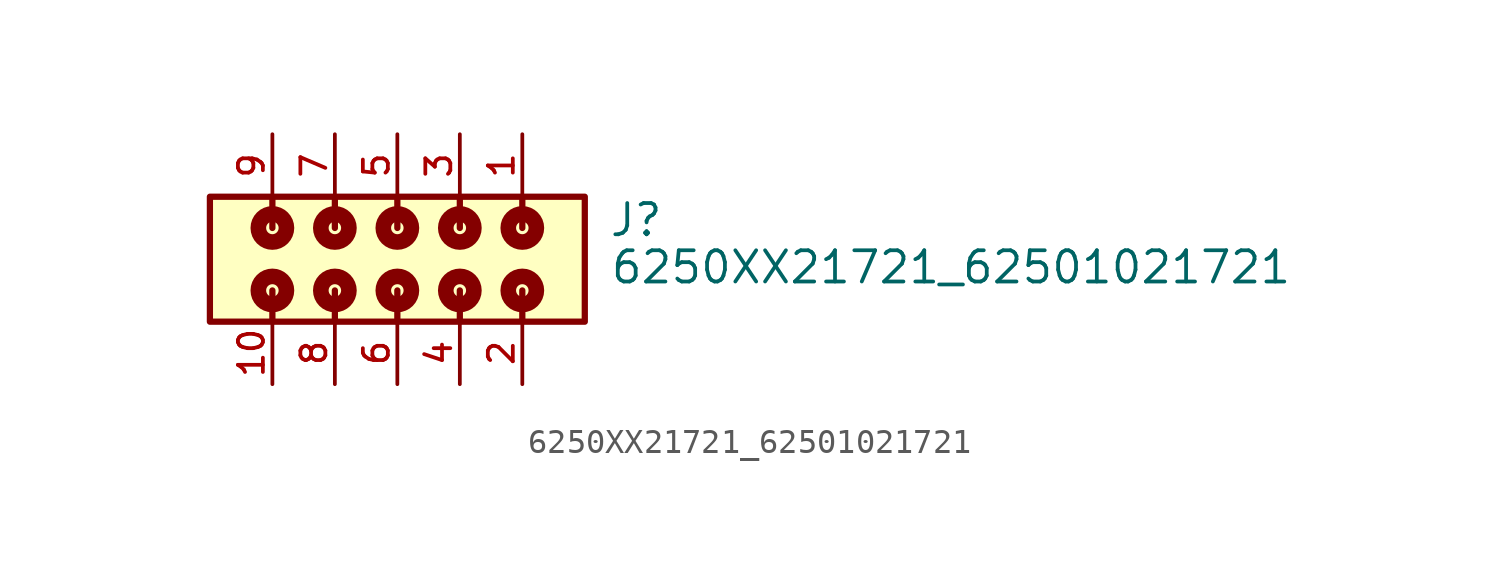
<source format=kicad_sym>
(kicad_symbol_lib
  (version 20211014)
  (generator kicad_symbol_editor)
  (symbol "6250XX21721_62501021721"
    (pin_names
      (offset 1.016))
    (property "Reference" "J"
      (at 8.58 0.85 0)
      (effects (font (size 1.27 1.27)) (justify bottom left)))
    (property "Value" "6250XX21721_62501021721"
      (at 8.62 -1.07 0)
      (effects (font (size 1.27 1.27)) (justify bottom left)))
    (symbol "6250XX21721_62501021721_0_0"
      (polyline (pts (xy 5.08 -1.27) (xy 5.08 -2.54)) (stroke (width 0.254)))
      (polyline (pts (xy 5.08 1.27) (xy 5.08 2.54)) (stroke (width 0.254)))
      (polyline (pts (xy 2.54 -1.27) (xy 2.54 -2.54)) (stroke (width 0.254)))
      (polyline (pts (xy 2.54 1.27) (xy 2.54 2.54)) (stroke (width 0.254)))
      (polyline (pts (xy 0.0 -1.27) (xy 0.0 -2.54)) (stroke (width 0.254)))
      (polyline (pts (xy 0.0 1.27) (xy 0.0 2.54)) (stroke (width 0.254)))
      (polyline (pts (xy -2.54 -1.27) (xy -2.54 -2.54)) (stroke (width 0.254)))
      (polyline (pts (xy -2.54 1.27) (xy -2.54 2.54)) (stroke (width 0.254)))
      (polyline (pts (xy -5.08 -1.27) (xy -5.08 -2.54)) (stroke (width 0.254)))
      (polyline (pts (xy -5.08 1.27) (xy -5.08 2.54)) (stroke (width 0.254)))
      (circle (center 5.08 1.27) (radius 0.254) (stroke (width 0.635)) (fill (type none)))
      (circle (center 5.08 -1.27) (radius 0.254) (stroke (width 0.635)) (fill (type none)))
      (circle (center 2.54 1.27) (radius 0.254) (stroke (width 0.635)) (fill (type none)))
      (circle (center 2.54 -1.27) (radius 0.254) (stroke (width 0.635)) (fill (type none)))
      (circle (center 0.0 1.27) (radius 0.254) (stroke (width 0.635)) (fill (type none)))
      (circle (center 0.0 -1.27) (radius 0.254) (stroke (width 0.635)) (fill (type none)))
      (circle (center -2.54 1.27) (radius 0.254) (stroke (width 0.635)) (fill (type none)))
      (circle (center -2.54 -1.27) (radius 0.254) (stroke (width 0.635)) (fill (type none)))
      (circle (center -5.08 1.27) (radius 0.254) (stroke (width 0.635)) (fill (type none)))
      (circle (center -5.08 -1.27) (radius 0.254) (stroke (width 0.635)) (fill (type none)))
      (rectangle (start -7.62 -2.54) (end 7.62 2.54) (stroke (width 0.254)) (fill (type background)))
      (pin passive line (at 5.08 5.08 270.0) (length 2.54) (name "~" (effects (font (size 1.016 1.016)))) (number "1" (effects (font (size 1.016 1.016)))))
      (pin passive line (at 5.08 -5.08 90.0) (length 2.54) (name "~" (effects (font (size 1.016 1.016)))) (number "2" (effects (font (size 1.016 1.016)))))
      (pin passive line (at 2.54 5.08 270.0) (length 2.54) (name "~" (effects (font (size 1.016 1.016)))) (number "3" (effects (font (size 1.016 1.016)))))
      (pin passive line (at 2.54 -5.08 90.0) (length 2.54) (name "~" (effects (font (size 1.016 1.016)))) (number "4" (effects (font (size 1.016 1.016)))))
      (pin passive line (at 0.0 5.08 270.0) (length 2.54) (name "~" (effects (font (size 1.016 1.016)))) (number "5" (effects (font (size 1.016 1.016)))))
      (pin passive line (at 0.0 -5.08 90.0) (length 2.54) (name "~" (effects (font (size 1.016 1.016)))) (number "6" (effects (font (size 1.016 1.016)))))
      (pin passive line (at -2.54 5.08 270.0) (length 2.54) (name "~" (effects (font (size 1.016 1.016)))) (number "7" (effects (font (size 1.016 1.016)))))
      (pin passive line (at -2.54 -5.08 90.0) (length 2.54) (name "~" (effects (font (size 1.016 1.016)))) (number "8" (effects (font (size 1.016 1.016)))))
      (pin passive line (at -5.08 5.08 270.0) (length 2.54) (name "~" (effects (font (size 1.016 1.016)))) (number "9" (effects (font (size 1.016 1.016)))))
      (pin passive line (at -5.08 -5.08 90.0) (length 2.54) (name "~" (effects (font (size 1.016 1.016)))) (number "10" (effects (font (size 1.016 1.016))))))))
</source>
